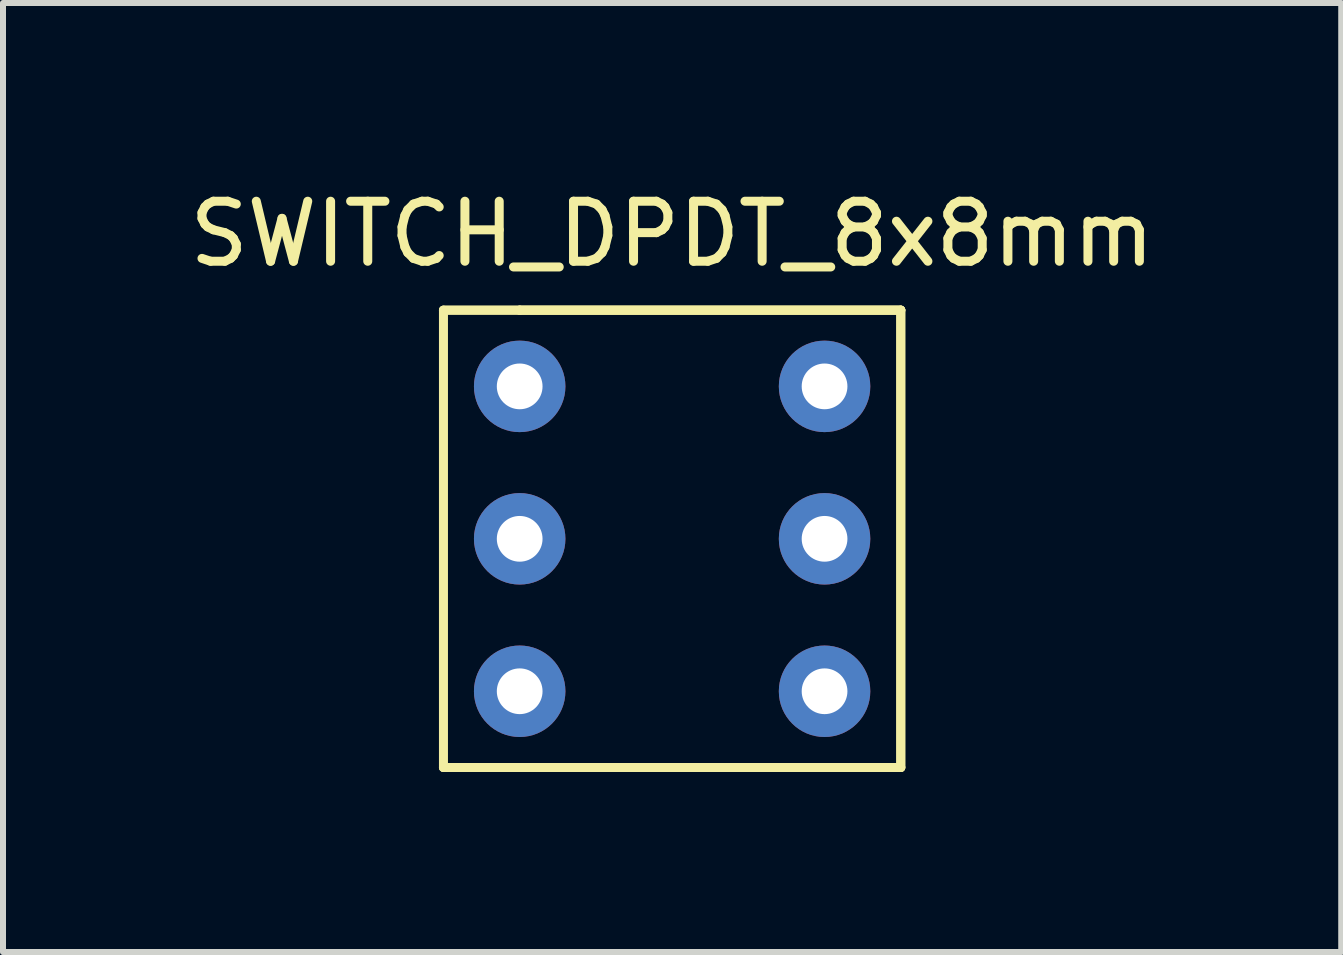
<source format=kicad_pcb>
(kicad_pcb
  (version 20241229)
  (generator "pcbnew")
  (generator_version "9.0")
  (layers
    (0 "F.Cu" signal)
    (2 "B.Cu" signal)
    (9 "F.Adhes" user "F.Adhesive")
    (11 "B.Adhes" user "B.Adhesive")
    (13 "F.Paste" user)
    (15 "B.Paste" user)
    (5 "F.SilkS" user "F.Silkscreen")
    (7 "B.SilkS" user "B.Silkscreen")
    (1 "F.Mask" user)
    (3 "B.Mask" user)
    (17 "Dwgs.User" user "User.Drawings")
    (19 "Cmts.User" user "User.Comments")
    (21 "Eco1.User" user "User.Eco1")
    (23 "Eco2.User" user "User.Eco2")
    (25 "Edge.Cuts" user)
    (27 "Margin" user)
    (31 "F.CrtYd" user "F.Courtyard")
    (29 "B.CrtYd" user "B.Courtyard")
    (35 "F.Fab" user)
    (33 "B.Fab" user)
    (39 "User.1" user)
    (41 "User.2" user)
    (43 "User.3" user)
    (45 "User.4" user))
  (footprint "SWITCH_DPDT_8x8mm"
    (layer "F.Cu")
    (at 8.149 5.928)
    (property "Reference" "SWITCH_DPDT_8x8mm" (at 0 -5.08 0) (layer "F.SilkS") (effects (font (size 1 1) (thickness 0.15))))
    (attr through_hole)
    (fp_line (start -3.81 -3.81) (end -3.81 3.81) (stroke (width 0.15) (type solid)) (layer "F.SilkS"))
    (fp_line (start -2.54 -3.81) (end -3.81 -3.81) (stroke (width 0.15) (type solid)) (layer "F.SilkS"))
    (fp_line (start -2.54 -3.81) (end -3.81 -3.81) (stroke (width 0.15) (type solid)) (layer "F.SilkS"))
    (fp_line (start -2.54 -3.81) (end 3.81 -3.81) (stroke (width 0.15) (type solid)) (layer "F.SilkS"))
    (fp_line (start -2.54 -3.81) (end 3.81 -3.81) (stroke (width 0.15) (type solid)) (layer "F.SilkS"))
    (fp_line (start 3.81 -3.81) (end -2.54 -3.81) (stroke (width 0.15) (type solid)) (layer "F.SilkS"))
    (fp_line (start 3.81 -3.81) (end 3.81 3.81) (stroke (width 0.15) (type solid)) (layer "F.SilkS"))
    (fp_line (start 3.81 -3.81) (end 3.81 3.81) (stroke (width 0.15) (type solid)) (layer "F.SilkS"))
    (fp_line (start 3.81 3.81) (end -3.81 3.81) (stroke (width 0.15) (type solid)) (layer "F.SilkS"))
    (fp_line (start 3.81 3.81) (end -3.81 3.81) (stroke (width 0.15) (type solid)) (layer "F.SilkS"))
    (pad "1" thru_hole circle (at -2.54 -2.54) (size 1.524 1.524) (drill 0.762) (layers "*.Cu" "*.Mask"))
    (pad "2" thru_hole circle (at -2.54 0) (size 1.524 1.524) (drill 0.762) (layers "*.Cu" "*.Mask"))
    (pad "3" thru_hole circle (at -2.54 2.54) (size 1.524 1.524) (drill 0.762) (layers "*.Cu" "*.Mask"))
    (pad "4" thru_hole circle (at 2.54 -2.54) (size 1.524 1.524) (drill 0.762) (layers "*.Cu" "*.Mask"))
    (pad "5" thru_hole circle (at 2.54 0) (size 1.524 1.524) (drill 0.762) (layers "*.Cu" "*.Mask"))
    (pad "6" thru_hole circle (at 2.54 2.54) (size 1.524 1.524) (drill 0.762) (layers "*.Cu" "*.Mask")))
  (gr_rect
    (start -3 -3)
    (end 19.298 12.813)
    (stroke (width 0.1) (type default))
    (fill no)
    (layer "Edge.Cuts")))
</source>
